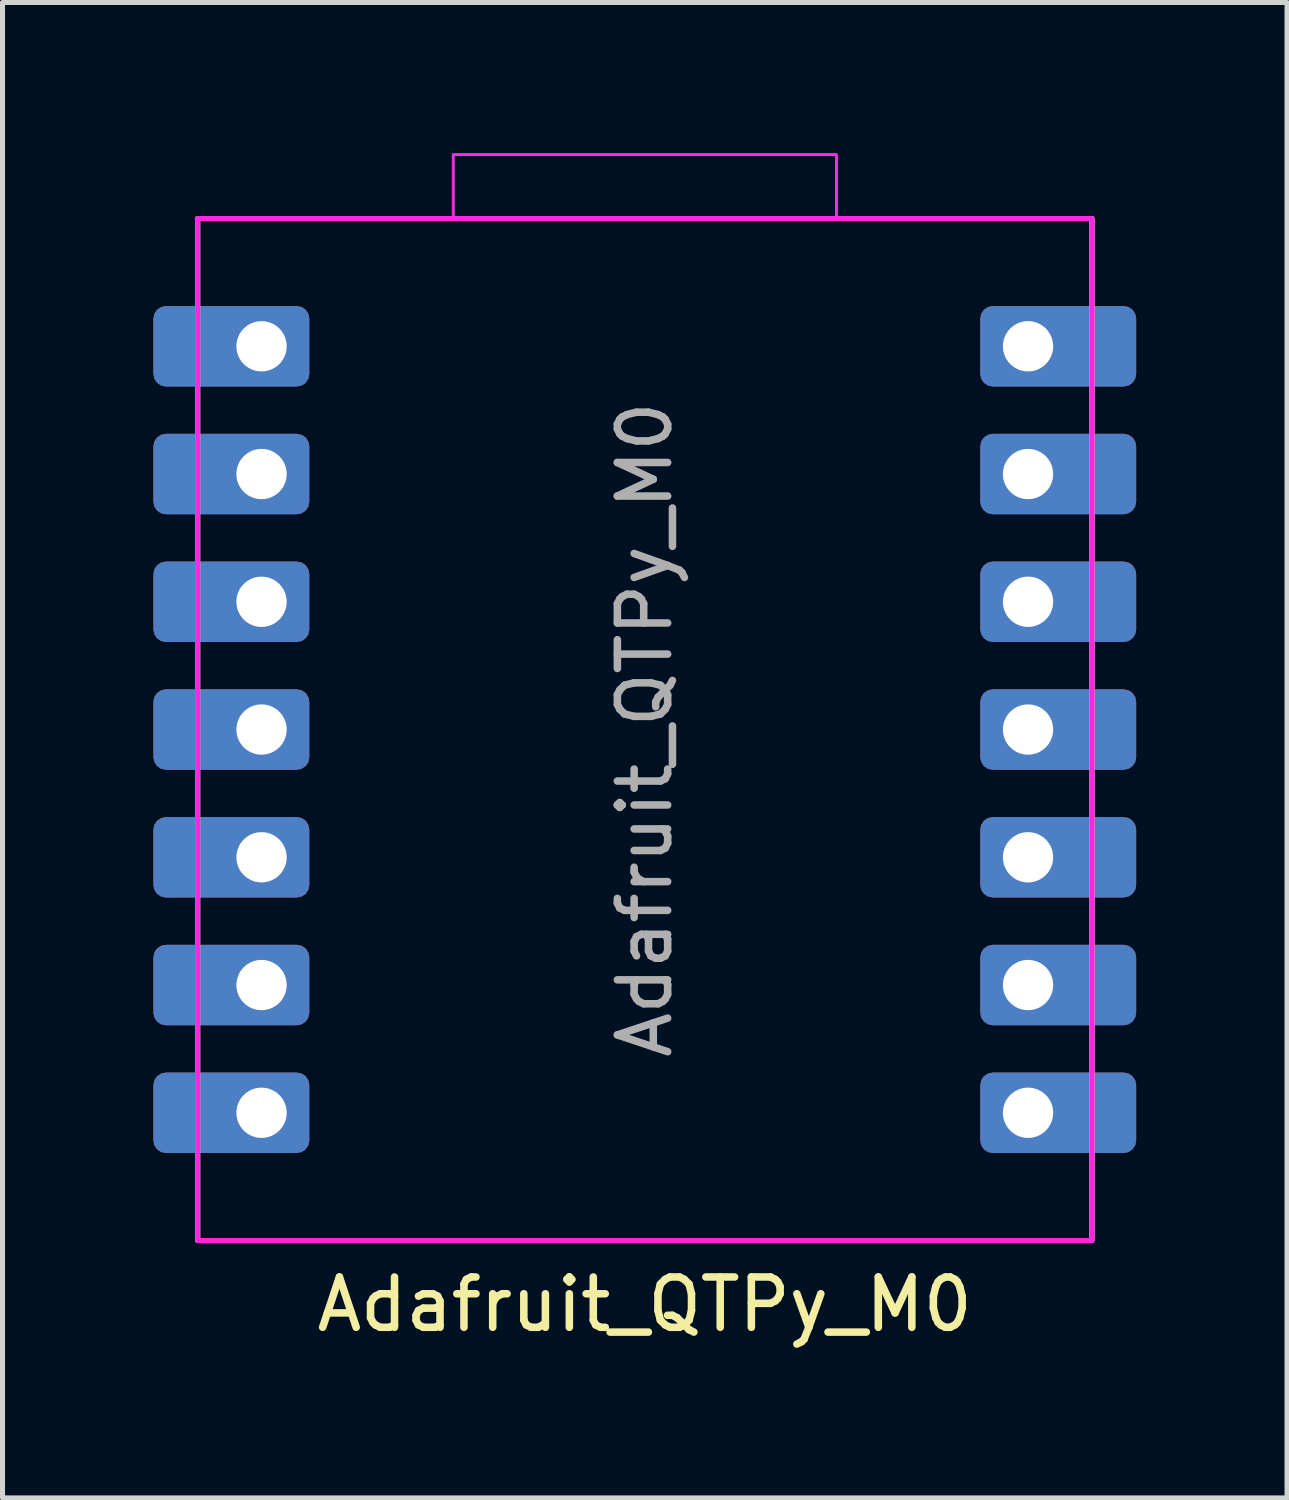
<source format=kicad_pcb>
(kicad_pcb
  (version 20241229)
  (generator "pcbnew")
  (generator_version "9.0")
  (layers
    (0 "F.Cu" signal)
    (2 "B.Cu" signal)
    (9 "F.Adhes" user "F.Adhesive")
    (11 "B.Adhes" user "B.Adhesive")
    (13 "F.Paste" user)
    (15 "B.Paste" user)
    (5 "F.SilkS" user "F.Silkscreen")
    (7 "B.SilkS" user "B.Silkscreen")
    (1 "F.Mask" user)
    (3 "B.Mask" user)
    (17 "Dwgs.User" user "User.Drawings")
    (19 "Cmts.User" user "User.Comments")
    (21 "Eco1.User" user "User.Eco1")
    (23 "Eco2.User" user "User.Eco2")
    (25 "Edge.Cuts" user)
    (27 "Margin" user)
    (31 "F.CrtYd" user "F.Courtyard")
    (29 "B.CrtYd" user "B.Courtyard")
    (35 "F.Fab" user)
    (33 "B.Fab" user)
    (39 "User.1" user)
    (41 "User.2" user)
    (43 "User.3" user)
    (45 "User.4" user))
  (footprint "Adafruit_QTPy_M0"
    (layer "F.Cu")
    (at 17.39 3.835)
    (property "Reference" "Adafruit_QTPy_M0" (at -7.62 19.05 0) (layer "F.SilkS") (effects (font (size 1 1) (thickness 0.15))))
    (attr through_hole)
    (fp_rect (start -16.51 -2.54) (end 1.27 17.78) (stroke (width 0.1) (type default)) (fill no) (layer "F.SilkS"))
    (fp_rect (start -16.51 -2.54) (end 1.27 17.78) (stroke (width 0.1) (type default)) (fill no) (layer "F.CrtYd"))
    (fp_rect (start -11.43 -3.81) (end -3.81 -2.54) (stroke (width 0.05) (type default)) (fill no) (layer "F.CrtYd"))
    (fp_rect (start -16.51 -2.54) (end 1.27 17.78) (stroke (width 0.1) (type default)) (fill no) (layer "F.Fab"))
    (fp_rect (start -11.43 -3.81) (end -3.81 -2.54) (stroke (width 0.05) (type default)) (fill no) (layer "F.Fab"))
    (fp_text user "${REFERENCE}" (at -7.62 7.62 270) (layer "F.Fab") (effects (font (size 1 1) (thickness 0.15))))
    (pad "1" thru_hole roundrect (at 0 0) (size 3.1 1.6) (drill 1 (offset 0.6 0)) (layers "*.Cu" "*.Mask") (roundrect_rratio 0.156))
    (pad "2" thru_hole roundrect (at 0 2.54) (size 3.1 1.6) (drill 1 (offset 0.6 0)) (layers "*.Cu" "*.Mask") (roundrect_rratio 0.156))
    (pad "3" thru_hole roundrect (at 0 5.08) (size 3.1 1.6) (drill 1 (offset 0.6 0)) (layers "*.Cu" "*.Mask") (roundrect_rratio 0.156))
    (pad "4" thru_hole roundrect (at 0 7.62) (size 3.1 1.6) (drill 1 (offset 0.6 0)) (layers "*.Cu" "*.Mask") (roundrect_rratio 0.156))
    (pad "5" thru_hole roundrect (at 0 10.16) (size 3.1 1.6) (drill 1 (offset 0.6 0)) (layers "*.Cu" "*.Mask") (roundrect_rratio 0.156))
    (pad "6" thru_hole roundrect (at 0 12.7) (size 3.1 1.6) (drill 1 (offset 0.6 0)) (layers "*.Cu" "*.Mask") (roundrect_rratio 0.156))
    (pad "7" thru_hole roundrect (at 0 15.24) (size 3.1 1.6) (drill 1 (offset 0.6 0)) (layers "*.Cu" "*.Mask") (roundrect_rratio 0.156))
    (pad "8" thru_hole roundrect (at -15.24 15.24 180) (size 3.1 1.6) (drill 1 (offset 0.6 0)) (layers "*.Cu" "*.Mask") (roundrect_rratio 0.156))
    (pad "9" thru_hole roundrect (at -15.24 12.7 180) (size 3.1 1.6) (drill 1 (offset 0.6 0)) (layers "*.Cu" "*.Mask") (roundrect_rratio 0.156))
    (pad "10" thru_hole roundrect (at -15.24 10.16 180) (size 3.1 1.6) (drill 1 (offset 0.6 0)) (layers "*.Cu" "*.Mask") (roundrect_rratio 0.156))
    (pad "11" thru_hole roundrect (at -15.24 7.62 180) (size 3.1 1.6) (drill 1 (offset 0.6 0)) (layers "*.Cu" "*.Mask") (roundrect_rratio 0.156))
    (pad "12" thru_hole roundrect (at -15.24 5.08 180) (size 3.1 1.6) (drill 1 (offset 0.6 0)) (layers "*.Cu" "*.Mask") (roundrect_rratio 0.156))
    (pad "13" thru_hole roundrect (at -15.24 2.54 180) (size 3.1 1.6) (drill 1 (offset 0.6 0)) (layers "*.Cu" "*.Mask") (roundrect_rratio 0.156))
    (pad "14" thru_hole roundrect (at -15.24 0 180) (size 3.1 1.6) (drill 1 (offset 0.6 0)) (layers "*.Cu" "*.Mask") (roundrect_rratio 0.156)))
  (gr_rect
    (start -3 -3)
    (end 22.54 26.733)
    (stroke (width 0.1) (type default))
    (fill no)
    (layer "Edge.Cuts")))
</source>
